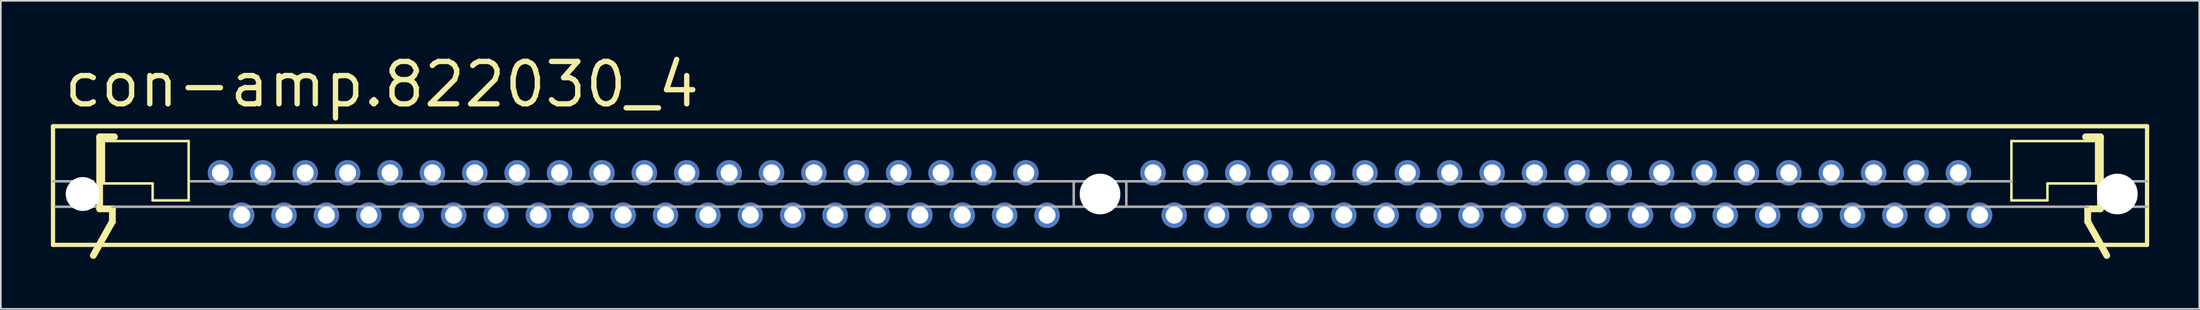
<source format=kicad_pcb>
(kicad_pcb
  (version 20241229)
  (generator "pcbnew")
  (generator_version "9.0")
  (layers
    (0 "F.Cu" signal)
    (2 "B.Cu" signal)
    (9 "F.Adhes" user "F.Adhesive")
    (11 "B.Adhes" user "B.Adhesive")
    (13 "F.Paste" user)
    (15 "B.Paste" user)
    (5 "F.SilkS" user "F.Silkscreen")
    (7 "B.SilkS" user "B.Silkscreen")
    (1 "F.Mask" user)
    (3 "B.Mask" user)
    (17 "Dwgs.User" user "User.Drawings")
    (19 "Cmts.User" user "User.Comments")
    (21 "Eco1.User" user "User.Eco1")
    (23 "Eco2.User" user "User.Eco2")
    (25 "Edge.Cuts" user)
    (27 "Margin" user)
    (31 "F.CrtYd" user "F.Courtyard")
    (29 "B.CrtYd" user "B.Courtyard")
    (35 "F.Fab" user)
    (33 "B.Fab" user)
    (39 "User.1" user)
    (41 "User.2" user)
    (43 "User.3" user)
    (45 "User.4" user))
  (footprint "con-amp.822030_4"
    (layer "F.Cu")
    (at 62.865 8.58)
    (property "Reference" "con-amp.822030_4" (at -62.23 -5.08 0) (layer "F.SilkS") (effects (font (size 2.54 2.54) (thickness 0.32)) (justify left bottom)))
    (attr through_hole)
    (fp_line (start -62.738 -4.064) (end 62.738 -4.064) (stroke (width 0.254) (type default)) (layer "F.SilkS"))
    (fp_line (start -62.738 3.048) (end -62.738 -4.064) (stroke (width 0.254) (type default)) (layer "F.SilkS"))
    (fp_line (start -59.944 -3.429) (end -59.944 0.889) (stroke (width 0.406) (type default)) (layer "F.SilkS"))
    (fp_line (start -59.944 0.889) (end -59.182 0.889) (stroke (width 0.406) (type default)) (layer "F.SilkS"))
    (fp_line (start -59.69 -3.175) (end -59.69 -0.635) (stroke (width 0.152) (type default)) (layer "F.SilkS"))
    (fp_line (start -59.182 0.889) (end -59.182 1.651) (stroke (width 0.406) (type default)) (layer "F.SilkS"))
    (fp_line (start -59.182 1.651) (end -60.325 3.683) (stroke (width 0.406) (type default)) (layer "F.SilkS"))
    (fp_line (start -59.055 -3.429) (end -59.944 -3.429) (stroke (width 0.406) (type default)) (layer "F.SilkS"))
    (fp_line (start -56.769 -0.635) (end -59.69 -0.635) (stroke (width 0.152) (type default)) (layer "F.SilkS"))
    (fp_line (start -56.769 0.381) (end -56.769 -0.635) (stroke (width 0.152) (type default)) (layer "F.SilkS"))
    (fp_line (start -56.769 0.381) (end -54.61 0.381) (stroke (width 0.152) (type default)) (layer "F.SilkS"))
    (fp_line (start -54.61 -3.175) (end -59.69 -3.175) (stroke (width 0.152) (type default)) (layer "F.SilkS"))
    (fp_line (start -54.61 0.381) (end -54.61 -3.175) (stroke (width 0.152) (type default)) (layer "F.SilkS"))
    (fp_line (start 54.61 -3.175) (end 59.69 -3.175) (stroke (width 0.152) (type default)) (layer "F.SilkS"))
    (fp_line (start 54.61 0.381) (end 54.61 -3.175) (stroke (width 0.152) (type default)) (layer "F.SilkS"))
    (fp_line (start 56.769 -0.635) (end 59.69 -0.635) (stroke (width 0.152) (type default)) (layer "F.SilkS"))
    (fp_line (start 56.769 0.381) (end 54.61 0.381) (stroke (width 0.152) (type default)) (layer "F.SilkS"))
    (fp_line (start 56.769 0.381) (end 56.769 -0.635) (stroke (width 0.152) (type default)) (layer "F.SilkS"))
    (fp_line (start 59.055 -3.429) (end 59.944 -3.429) (stroke (width 0.406) (type default)) (layer "F.SilkS"))
    (fp_line (start 59.182 0.889) (end 59.182 1.651) (stroke (width 0.406) (type default)) (layer "F.SilkS"))
    (fp_line (start 59.182 1.651) (end 60.325 3.683) (stroke (width 0.406) (type default)) (layer "F.SilkS"))
    (fp_line (start 59.69 -3.175) (end 59.69 -0.635) (stroke (width 0.152) (type default)) (layer "F.SilkS"))
    (fp_line (start 59.944 -3.429) (end 59.944 0.889) (stroke (width 0.406) (type default)) (layer "F.SilkS"))
    (fp_line (start 59.944 0.889) (end 59.182 0.889) (stroke (width 0.406) (type default)) (layer "F.SilkS"))
    (fp_line (start 62.738 -4.064) (end 62.738 3.048) (stroke (width 0.254) (type default)) (layer "F.SilkS"))
    (fp_line (start 62.738 3.048) (end -62.738 3.048) (stroke (width 0.254) (type default)) (layer "F.SilkS"))
    (fp_line (start -62.738 -0.762) (end -60.325 -0.762) (stroke (width 0.152) (type default)) (layer "F.Fab"))
    (fp_line (start -62.611 0.762) (end -60.198 0.762) (stroke (width 0.152) (type default)) (layer "F.Fab"))
    (fp_line (start -59.182 0.762) (end -1.575 0.762) (stroke (width 0.152) (type default)) (layer "F.Fab"))
    (fp_line (start -54.483 -0.762) (end -1.575 -0.762) (stroke (width 0.152) (type default)) (layer "F.Fab"))
    (fp_line (start -1.575 -0.762) (end 1.575 -0.762) (stroke (width 0.152) (type default)) (layer "F.Fab"))
    (fp_line (start -1.575 0.762) (end -1.575 -0.762) (stroke (width 0.152) (type default)) (layer "F.Fab"))
    (fp_line (start -1.575 0.762) (end 1.575 0.762) (stroke (width 0.152) (type default)) (layer "F.Fab"))
    (fp_line (start 1.575 0.762) (end 1.575 -0.762) (stroke (width 0.152) (type default)) (layer "F.Fab"))
    (fp_line (start 54.61 -0.762) (end 1.575 -0.762) (stroke (width 0.152) (type default)) (layer "F.Fab"))
    (fp_line (start 59.182 0.762) (end 1.575 0.762) (stroke (width 0.152) (type default)) (layer "F.Fab"))
    (fp_line (start 62.738 -0.762) (end 60.198 -0.762) (stroke (width 0.152) (type default)) (layer "F.Fab"))
    (fp_line (start 62.738 0.762) (end 60.198 0.762) (stroke (width 0.152) (type default)) (layer "F.Fab"))
    (pad "" np_thru_hole circle (at -60.96 0) (size 2.032 2.032) (drill 2.032) (layers "*.Cu" "*.Mask"))
    (pad "" np_thru_hole circle (at 0 0) (size 2.438 2.438) (drill 2.438) (layers "*.Cu" "*.Mask"))
    (pad "" np_thru_hole circle (at 60.96 0) (size 2.438 2.438) (drill 2.438) (layers "*.Cu" "*.Mask"))
    (pad "1" thru_hole circle (at -52.705 -1.27) (size 1.524 1.524) (drill 1.016) (layers "*.Cu" "*.Mask"))
    (pad "2" thru_hole circle (at -51.435 1.27) (size 1.524 1.524) (drill 1.016) (layers "*.Cu" "*.Mask"))
    (pad "3" thru_hole circle (at -50.165 -1.27) (size 1.524 1.524) (drill 1.016) (layers "*.Cu" "*.Mask"))
    (pad "4" thru_hole circle (at -48.895 1.27) (size 1.524 1.524) (drill 1.016) (layers "*.Cu" "*.Mask"))
    (pad "5" thru_hole circle (at -47.625 -1.27) (size 1.524 1.524) (drill 1.016) (layers "*.Cu" "*.Mask"))
    (pad "6" thru_hole circle (at -46.355 1.27) (size 1.524 1.524) (drill 1.016) (layers "*.Cu" "*.Mask"))
    (pad "7" thru_hole circle (at -45.085 -1.27) (size 1.524 1.524) (drill 1.016) (layers "*.Cu" "*.Mask"))
    (pad "8" thru_hole circle (at -43.815 1.27) (size 1.524 1.524) (drill 1.016) (layers "*.Cu" "*.Mask"))
    (pad "9" thru_hole circle (at -42.545 -1.27) (size 1.524 1.524) (drill 1.016) (layers "*.Cu" "*.Mask"))
    (pad "10" thru_hole circle (at -41.275 1.27) (size 1.524 1.524) (drill 1.016) (layers "*.Cu" "*.Mask"))
    (pad "11" thru_hole circle (at -40.005 -1.27) (size 1.524 1.524) (drill 1.016) (layers "*.Cu" "*.Mask"))
    (pad "12" thru_hole circle (at -38.735 1.27) (size 1.524 1.524) (drill 1.016) (layers "*.Cu" "*.Mask"))
    (pad "13" thru_hole circle (at -37.465 -1.27) (size 1.524 1.524) (drill 1.016) (layers "*.Cu" "*.Mask"))
    (pad "14" thru_hole circle (at -36.195 1.27) (size 1.524 1.524) (drill 1.016) (layers "*.Cu" "*.Mask"))
    (pad "15" thru_hole circle (at -34.925 -1.27) (size 1.524 1.524) (drill 1.016) (layers "*.Cu" "*.Mask"))
    (pad "16" thru_hole circle (at -33.655 1.27) (size 1.524 1.524) (drill 1.016) (layers "*.Cu" "*.Mask"))
    (pad "17" thru_hole circle (at -32.385 -1.27) (size 1.524 1.524) (drill 1.016) (layers "*.Cu" "*.Mask"))
    (pad "18" thru_hole circle (at -31.115 1.27) (size 1.524 1.524) (drill 1.016) (layers "*.Cu" "*.Mask"))
    (pad "19" thru_hole circle (at -29.845 -1.27) (size 1.524 1.524) (drill 1.016) (layers "*.Cu" "*.Mask"))
    (pad "20" thru_hole circle (at -28.575 1.27) (size 1.524 1.524) (drill 1.016) (layers "*.Cu" "*.Mask"))
    (pad "21" thru_hole circle (at -27.305 -1.27) (size 1.524 1.524) (drill 1.016) (layers "*.Cu" "*.Mask"))
    (pad "22" thru_hole circle (at -26.035 1.27) (size 1.524 1.524) (drill 1.016) (layers "*.Cu" "*.Mask"))
    (pad "23" thru_hole circle (at -24.765 -1.27) (size 1.524 1.524) (drill 1.016) (layers "*.Cu" "*.Mask"))
    (pad "24" thru_hole circle (at -23.495 1.27) (size 1.524 1.524) (drill 1.016) (layers "*.Cu" "*.Mask"))
    (pad "25" thru_hole circle (at -22.225 -1.27) (size 1.524 1.524) (drill 1.016) (layers "*.Cu" "*.Mask"))
    (pad "26" thru_hole circle (at -20.955 1.27) (size 1.524 1.524) (drill 1.016) (layers "*.Cu" "*.Mask"))
    (pad "27" thru_hole circle (at -19.685 -1.27) (size 1.524 1.524) (drill 1.016) (layers "*.Cu" "*.Mask"))
    (pad "28" thru_hole circle (at -18.415 1.27) (size 1.524 1.524) (drill 1.016) (layers "*.Cu" "*.Mask"))
    (pad "29" thru_hole circle (at -17.145 -1.27) (size 1.524 1.524) (drill 1.016) (layers "*.Cu" "*.Mask"))
    (pad "30" thru_hole circle (at -15.875 1.27) (size 1.524 1.524) (drill 1.016) (layers "*.Cu" "*.Mask"))
    (pad "31" thru_hole circle (at -14.605 -1.27) (size 1.524 1.524) (drill 1.016) (layers "*.Cu" "*.Mask"))
    (pad "32" thru_hole circle (at -13.335 1.27) (size 1.524 1.524) (drill 1.016) (layers "*.Cu" "*.Mask"))
    (pad "33" thru_hole circle (at -12.065 -1.27) (size 1.524 1.524) (drill 1.016) (layers "*.Cu" "*.Mask"))
    (pad "34" thru_hole circle (at -10.795 1.27) (size 1.524 1.524) (drill 1.016) (layers "*.Cu" "*.Mask"))
    (pad "35" thru_hole circle (at -9.525 -1.27) (size 1.524 1.524) (drill 1.016) (layers "*.Cu" "*.Mask"))
    (pad "36" thru_hole circle (at -8.255 1.27) (size 1.524 1.524) (drill 1.016) (layers "*.Cu" "*.Mask"))
    (pad "37" thru_hole circle (at -6.985 -1.27) (size 1.524 1.524) (drill 1.016) (layers "*.Cu" "*.Mask"))
    (pad "38" thru_hole circle (at -5.715 1.27) (size 1.524 1.524) (drill 1.016) (layers "*.Cu" "*.Mask"))
    (pad "39" thru_hole circle (at -4.445 -1.27) (size 1.524 1.524) (drill 1.016) (layers "*.Cu" "*.Mask"))
    (pad "40" thru_hole circle (at -3.175 1.27) (size 1.524 1.524) (drill 1.016) (layers "*.Cu" "*.Mask"))
    (pad "41" thru_hole circle (at 3.175 -1.27) (size 1.524 1.524) (drill 1.016) (layers "*.Cu" "*.Mask"))
    (pad "42" thru_hole circle (at 4.445 1.27) (size 1.524 1.524) (drill 1.016) (layers "*.Cu" "*.Mask"))
    (pad "43" thru_hole circle (at 5.715 -1.27) (size 1.524 1.524) (drill 1.016) (layers "*.Cu" "*.Mask"))
    (pad "44" thru_hole circle (at 6.985 1.27) (size 1.524 1.524) (drill 1.016) (layers "*.Cu" "*.Mask"))
    (pad "45" thru_hole circle (at 8.255 -1.27) (size 1.524 1.524) (drill 1.016) (layers "*.Cu" "*.Mask"))
    (pad "46" thru_hole circle (at 9.525 1.27) (size 1.524 1.524) (drill 1.016) (layers "*.Cu" "*.Mask"))
    (pad "47" thru_hole circle (at 10.795 -1.27) (size 1.524 1.524) (drill 1.016) (layers "*.Cu" "*.Mask"))
    (pad "48" thru_hole circle (at 12.065 1.27) (size 1.524 1.524) (drill 1.016) (layers "*.Cu" "*.Mask"))
    (pad "49" thru_hole circle (at 13.335 -1.27) (size 1.524 1.524) (drill 1.016) (layers "*.Cu" "*.Mask"))
    (pad "50" thru_hole circle (at 14.605 1.27) (size 1.524 1.524) (drill 1.016) (layers "*.Cu" "*.Mask"))
    (pad "51" thru_hole circle (at 15.875 -1.27) (size 1.524 1.524) (drill 1.016) (layers "*.Cu" "*.Mask"))
    (pad "52" thru_hole circle (at 17.145 1.27) (size 1.524 1.524) (drill 1.016) (layers "*.Cu" "*.Mask"))
    (pad "53" thru_hole circle (at 18.415 -1.27) (size 1.524 1.524) (drill 1.016) (layers "*.Cu" "*.Mask"))
    (pad "54" thru_hole circle (at 19.685 1.27) (size 1.524 1.524) (drill 1.016) (layers "*.Cu" "*.Mask"))
    (pad "55" thru_hole circle (at 20.955 -1.27) (size 1.524 1.524) (drill 1.016) (layers "*.Cu" "*.Mask"))
    (pad "56" thru_hole circle (at 22.225 1.27) (size 1.524 1.524) (drill 1.016) (layers "*.Cu" "*.Mask"))
    (pad "57" thru_hole circle (at 23.495 -1.27) (size 1.524 1.524) (drill 1.016) (layers "*.Cu" "*.Mask"))
    (pad "58" thru_hole circle (at 24.765 1.27) (size 1.524 1.524) (drill 1.016) (layers "*.Cu" "*.Mask"))
    (pad "59" thru_hole circle (at 26.035 -1.27) (size 1.524 1.524) (drill 1.016) (layers "*.Cu" "*.Mask"))
    (pad "60" thru_hole circle (at 27.305 1.27) (size 1.524 1.524) (drill 1.016) (layers "*.Cu" "*.Mask"))
    (pad "61" thru_hole circle (at 28.575 -1.27) (size 1.524 1.524) (drill 1.016) (layers "*.Cu" "*.Mask"))
    (pad "62" thru_hole circle (at 29.845 1.27) (size 1.524 1.524) (drill 1.016) (layers "*.Cu" "*.Mask"))
    (pad "63" thru_hole circle (at 31.115 -1.27) (size 1.524 1.524) (drill 1.016) (layers "*.Cu" "*.Mask"))
    (pad "64" thru_hole circle (at 32.385 1.27) (size 1.524 1.524) (drill 1.016) (layers "*.Cu" "*.Mask"))
    (pad "65" thru_hole circle (at 33.655 -1.27) (size 1.524 1.524) (drill 1.016) (layers "*.Cu" "*.Mask"))
    (pad "66" thru_hole circle (at 34.925 1.27) (size 1.524 1.524) (drill 1.016) (layers "*.Cu" "*.Mask"))
    (pad "67" thru_hole circle (at 36.195 -1.27) (size 1.524 1.524) (drill 1.016) (layers "*.Cu" "*.Mask"))
    (pad "68" thru_hole circle (at 37.465 1.27) (size 1.524 1.524) (drill 1.016) (layers "*.Cu" "*.Mask"))
    (pad "69" thru_hole circle (at 38.735 -1.27) (size 1.524 1.524) (drill 1.016) (layers "*.Cu" "*.Mask"))
    (pad "70" thru_hole circle (at 40.005 1.27) (size 1.524 1.524) (drill 1.016) (layers "*.Cu" "*.Mask"))
    (pad "71" thru_hole circle (at 41.275 -1.27) (size 1.524 1.524) (drill 1.016) (layers "*.Cu" "*.Mask"))
    (pad "72" thru_hole circle (at 42.545 1.27) (size 1.524 1.524) (drill 1.016) (layers "*.Cu" "*.Mask"))
    (pad "73" thru_hole circle (at 43.815 -1.27) (size 1.524 1.524) (drill 1.016) (layers "*.Cu" "*.Mask"))
    (pad "74" thru_hole circle (at 45.085 1.27) (size 1.524 1.524) (drill 1.016) (layers "*.Cu" "*.Mask"))
    (pad "75" thru_hole circle (at 46.355 -1.27) (size 1.524 1.524) (drill 1.016) (layers "*.Cu" "*.Mask"))
    (pad "76" thru_hole circle (at 47.625 1.27) (size 1.524 1.524) (drill 1.016) (layers "*.Cu" "*.Mask"))
    (pad "77" thru_hole circle (at 48.895 -1.27) (size 1.524 1.524) (drill 1.016) (layers "*.Cu" "*.Mask"))
    (pad "78" thru_hole circle (at 50.165 1.27) (size 1.524 1.524) (drill 1.016) (layers "*.Cu" "*.Mask"))
    (pad "79" thru_hole circle (at 51.435 -1.27) (size 1.524 1.524) (drill 1.016) (layers "*.Cu" "*.Mask"))
    (pad "80" thru_hole circle (at 52.705 1.27) (size 1.524 1.524) (drill 1.016) (layers "*.Cu" "*.Mask")))
  (gr_rect
    (start -3 -3)
    (end 128.73 15.466)
    (stroke (width 0.1) (type default))
    (fill no)
    (layer "Edge.Cuts")))
</source>
